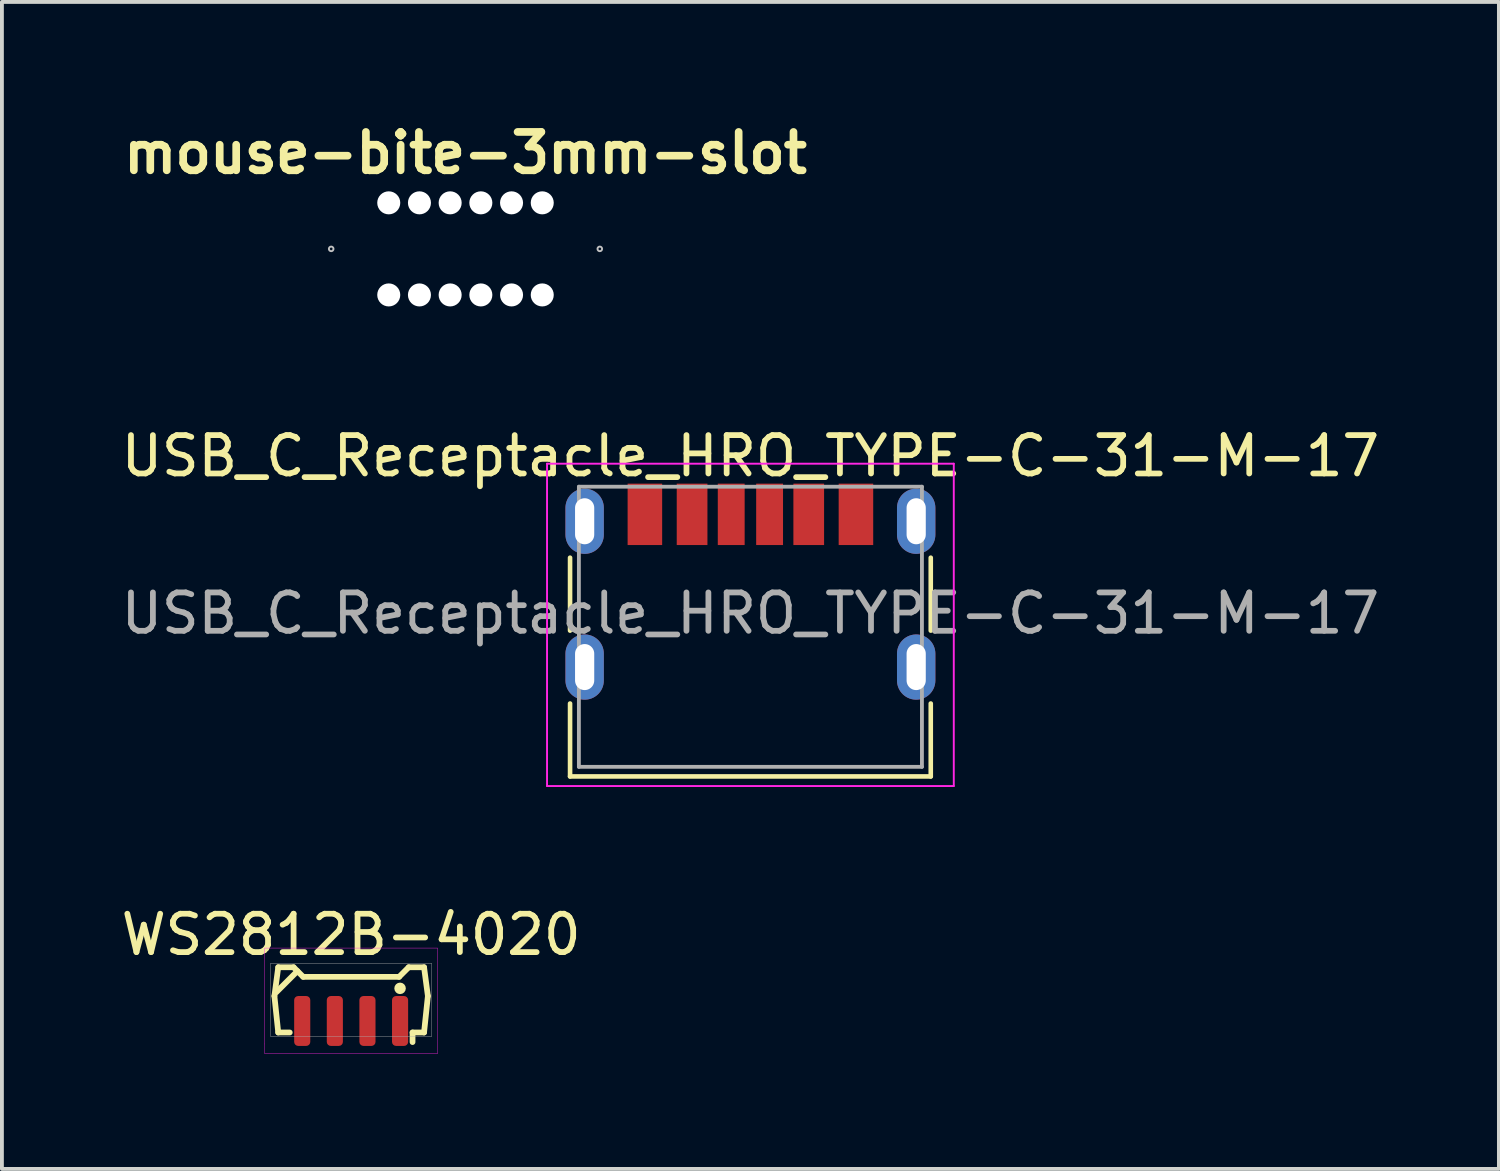
<source format=kicad_pcb>
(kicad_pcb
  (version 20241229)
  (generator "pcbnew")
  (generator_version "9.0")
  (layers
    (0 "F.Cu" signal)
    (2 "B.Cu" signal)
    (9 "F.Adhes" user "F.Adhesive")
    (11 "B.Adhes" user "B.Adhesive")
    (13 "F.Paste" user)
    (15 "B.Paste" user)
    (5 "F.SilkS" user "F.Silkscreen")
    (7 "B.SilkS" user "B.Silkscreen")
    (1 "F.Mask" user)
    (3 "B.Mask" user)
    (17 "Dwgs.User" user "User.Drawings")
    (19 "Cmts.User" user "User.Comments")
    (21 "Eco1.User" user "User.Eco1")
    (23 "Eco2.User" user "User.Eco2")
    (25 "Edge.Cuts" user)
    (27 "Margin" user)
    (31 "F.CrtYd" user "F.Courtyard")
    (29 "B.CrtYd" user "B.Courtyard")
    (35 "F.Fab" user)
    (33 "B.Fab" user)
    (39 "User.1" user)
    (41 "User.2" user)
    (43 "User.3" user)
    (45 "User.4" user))
  (footprint "WS2812B-4020"
    (layer "F.Cu")
    (at 6.101 22.907)
    (property "Reference" "WS2812B-4020" (at 0 -1.6 0) (layer "F.SilkS") (effects (font (size 1 1) (thickness 0.15))))
    (attr through_hole)
    (fp_line (start -2 0) (end -1.9 -0.75) (stroke (width 0.15) (type solid)) (layer "F.SilkS"))
    (fp_line (start -1.9 -0.75) (end -1.5 -0.75) (stroke (width 0.15) (type solid)) (layer "F.SilkS"))
    (fp_line (start -1.9 0.95) (end -2 0) (stroke (width 0.15) (type solid)) (layer "F.SilkS"))
    (fp_line (start -1.9 0.95) (end -1.6 0.95) (stroke (width 0.15) (type solid)) (layer "F.SilkS"))
    (fp_line (start -1.5 -0.75) (end -1.25 -0.5) (stroke (width 0.15) (type solid)) (layer "F.SilkS"))
    (fp_line (start -1.4 -0.65) (end -1.95 -0.1) (stroke (width 0.15) (type solid)) (layer "F.SilkS"))
    (fp_line (start -1.25 -0.5) (end 1.25 -0.5) (stroke (width 0.15) (type solid)) (layer "F.SilkS"))
    (fp_line (start 1.5 -0.75) (end 1.25 -0.5) (stroke (width 0.15) (type solid)) (layer "F.SilkS"))
    (fp_line (start 1.6 0.95) (end 1.6 1.2) (stroke (width 0.15) (type solid)) (layer "F.SilkS"))
    (fp_line (start 1.9 -0.75) (end 1.5 -0.75) (stroke (width 0.15) (type solid)) (layer "F.SilkS"))
    (fp_line (start 1.9 -0.75) (end 2 0) (stroke (width 0.15) (type solid)) (layer "F.SilkS"))
    (fp_line (start 1.9 0.95) (end 1.6 0.95) (stroke (width 0.15) (type solid)) (layer "F.SilkS"))
    (fp_line (start 1.9 0.95) (end 2 0) (stroke (width 0.15) (type solid)) (layer "F.SilkS"))
    (fp_circle (center 1.275 -0.2) (end 1.35 -0.2) (stroke (width 0.15) (type solid)) (fill no) (layer "F.SilkS"))
    (fp_line (start -2.25 -1.25) (end -2.25 1.25) (stroke (width 0.01) (type solid)) (layer "F.CrtYd"))
    (fp_line (start -2.25 1.25) (end -2.25 1.5) (stroke (width 0.01) (type solid)) (layer "F.CrtYd"))
    (fp_line (start -2.25 1.5) (end 2.25 1.5) (stroke (width 0.01) (type solid)) (layer "F.CrtYd"))
    (fp_line (start 2.25 -1.25) (end -2.25 -1.25) (stroke (width 0.01) (type solid)) (layer "F.CrtYd"))
    (fp_line (start 2.25 1.5) (end 2.25 -1.25) (stroke (width 0.01) (type solid)) (layer "F.CrtYd"))
    (fp_line (start -2.1 -0.85) (end -2.1 1.05) (stroke (width 0.01) (type solid)) (layer "F.Fab"))
    (fp_line (start -2.1 1.05) (end 2.1 1.05) (stroke (width 0.01) (type solid)) (layer "F.Fab"))
    (fp_line (start 2.1 -0.85) (end -2.1 -0.85) (stroke (width 0.01) (type solid)) (layer "F.Fab"))
    (fp_line (start 2.1 1.05) (end 2.1 -0.85) (stroke (width 0.01) (type solid)) (layer "F.Fab"))
    (pad "1" smd roundrect (at 1.275 0.65) (size 0.42 1.3) (layers "F.Cu" "F.Mask" "F.Paste") (roundrect_rratio 0.25))
    (pad "2" smd roundrect (at 0.425 0.65) (size 0.42 1.3) (layers "F.Cu" "F.Mask" "F.Paste") (roundrect_rratio 0.25))
    (pad "3" smd roundrect (at -0.425 0.65) (size 0.42 1.3) (layers "F.Cu" "F.Mask" "F.Paste") (roundrect_rratio 0.25))
    (pad "4" smd roundrect (at -1.275 0.65) (size 0.42 1.3) (layers "F.Cu" "F.Mask" "F.Paste") (roundrect_rratio 0.25)))
  (footprint "USB_C_Receptacle_HRO_TYPE-C-31-M-17"
    (layer "F.Cu")
    (at 16.506 16.934)
    (property "Reference" "USB_C_Receptacle_HRO_TYPE-C-31-M-17" (at 0 -8.1 0) (layer "F.SilkS") (effects (font (size 1 1) (thickness 0.15))))
    (attr smd)
    (fp_line (start -4.7 -5.45) (end -4.7 -3.55) (stroke (width 0.12) (type solid)) (layer "F.SilkS"))
    (fp_line (start -4.7 -1.65) (end -4.7 0.25) (stroke (width 0.12) (type solid)) (layer "F.SilkS"))
    (fp_line (start -4.7 0.25) (end 4.7 0.25) (stroke (width 0.12) (type solid)) (layer "F.SilkS"))
    (fp_line (start 4.7 -5.45) (end 4.7 -3.55) (stroke (width 0.12) (type solid)) (layer "F.SilkS"))
    (fp_line (start 4.7 -1.65) (end 4.7 0.25) (stroke (width 0.12) (type solid)) (layer "F.SilkS"))
    (fp_line (start -5.3 -7.9) (end -5.3 0.5) (stroke (width 0.05) (type solid)) (layer "F.CrtYd"))
    (fp_line (start -5.3 -7.9) (end 5.3 -7.9) (stroke (width 0.05) (type solid)) (layer "F.CrtYd"))
    (fp_line (start -5.3 0.5) (end 5.3 0.5) (stroke (width 0.05) (type solid)) (layer "F.CrtYd"))
    (fp_line (start 5.3 -7.9) (end 5.3 0.5) (stroke (width 0.05) (type solid)) (layer "F.CrtYd"))
    (fp_line (start -4.47 -7.3) (end -4.47 0) (stroke (width 0.1) (type solid)) (layer "F.Fab"))
    (fp_line (start -4.47 -7.3) (end 4.47 -7.3) (stroke (width 0.1) (type solid)) (layer "F.Fab"))
    (fp_line (start -4.47 0) (end 4.47 0) (stroke (width 0.1) (type solid)) (layer "F.Fab"))
    (fp_line (start 4.47 -7.3) (end 4.47 0) (stroke (width 0.1) (type solid)) (layer "F.Fab"))
    (fp_text user "${REFERENCE}" (at 0 -4 0) (layer "F.Fab") (effects (font (size 1 1) (thickness 0.15))))
    (pad "A5" smd rect (at -0.5 -6.58) (size 0.7 1.6) (layers "F.Cu" "F.Mask" "F.Paste"))
    (pad "A9" smd rect (at 1.52 -6.58) (size 0.8 1.6) (layers "F.Cu" "F.Mask" "F.Paste"))
    (pad "A12" smd rect (at 2.75 -6.58) (size 0.9 1.6) (layers "F.Cu" "F.Mask" "F.Paste"))
    (pad "B5" smd rect (at 0.5 -6.58) (size 0.7 1.6) (layers "F.Cu" "F.Mask" "F.Paste"))
    (pad "B9" smd rect (at -1.52 -6.58) (size 0.8 1.6) (layers "F.Cu" "F.Mask" "F.Paste"))
    (pad "B12" smd rect (at -2.75 -6.58) (size 0.9 1.6) (layers "F.Cu" "F.Mask" "F.Paste"))
    (pad "S1" thru_hole oval (at -4.32 -6.4) (size 1 1.7) (drill oval 0.5 1.2) (layers "*.Cu" "*.Mask"))
    (pad "S1" thru_hole oval (at -4.32 -2.6) (size 1 1.7) (drill oval 0.5 1.2) (layers "*.Cu" "*.Mask"))
    (pad "S1" thru_hole oval (at 4.32 -6.4) (size 1 1.7) (drill oval 0.5 1.2) (layers "*.Cu" "*.Mask"))
    (pad "S1" thru_hole oval (at 4.32 -2.6) (size 1 1.7) (drill oval 0.5 1.2) (layers "*.Cu" "*.Mask")))
  (footprint "mouse-bite-3mm-slot"
    (layer "F.Cu")
    (at 9.081 3.436)
    (property "Reference" "mouse-bite-3mm-slot" (at 0 -2.5 0) (layer "F.SilkS") (effects (font (size 1 1) (thickness 0.2))))
    (attr through_hole)
    (fp_circle (center -3.5 0) (end -3.5 -0.06) (stroke (width 0.05) (type solid)) (fill no) (layer "Dwgs.User"))
    (fp_circle (center 3.5 0) (end 3.56 0) (stroke (width 0.05) (type solid)) (fill no) (layer "Dwgs.User"))
    (fp_arc (start -3.5 -1.5) (mid -2 0) (end -3.5 1.5) (stroke (width 0.1) (type solid)) (layer "Eco1.User"))
    (fp_arc (start 3.5 1.5) (mid 2 0) (end 3.5 -1.5) (stroke (width 0.1) (type solid)) (layer "Eco1.User"))
    (pad "" np_thru_hole circle (at -2 -1.2) (size 0.6 0.6) (drill 0.6) (layers "*.Cu" "*.Mask"))
    (pad "" np_thru_hole circle (at -2 1.2) (size 0.6 0.6) (drill 0.6) (layers "*.Cu" "*.Mask"))
    (pad "" np_thru_hole circle (at -1.2 -1.2) (size 0.6 0.6) (drill 0.6) (layers "*.Cu" "*.Mask"))
    (pad "" np_thru_hole circle (at -1.2 1.2) (size 0.6 0.6) (drill 0.6) (layers "*.Cu" "*.Mask"))
    (pad "" np_thru_hole circle (at -0.4 -1.2) (size 0.6 0.6) (drill 0.6) (layers "*.Cu" "*.Mask"))
    (pad "" np_thru_hole circle (at -0.4 1.2) (size 0.6 0.6) (drill 0.6) (layers "*.Cu" "*.Mask"))
    (pad "" np_thru_hole circle (at 0.4 -1.2) (size 0.6 0.6) (drill 0.6) (layers "*.Cu" "*.Mask"))
    (pad "" np_thru_hole circle (at 0.4 1.2) (size 0.6 0.6) (drill 0.6) (layers "*.Cu" "*.Mask"))
    (pad "" np_thru_hole circle (at 1.2 -1.2) (size 0.6 0.6) (drill 0.6) (layers "*.Cu" "*.Mask"))
    (pad "" np_thru_hole circle (at 1.2 1.2) (size 0.6 0.6) (drill 0.6) (layers "*.Cu" "*.Mask"))
    (pad "" np_thru_hole circle (at 2 -1.2) (size 0.6 0.6) (drill 0.6) (layers "*.Cu" "*.Mask"))
    (pad "" np_thru_hole circle (at 2 1.2) (size 0.6 0.6) (drill 0.6) (layers "*.Cu" "*.Mask")))
  (gr_rect
    (start -3 -3)
    (end 36.012 27.413)
    (stroke (width 0.1) (type default))
    (fill no)
    (layer "Edge.Cuts")))
</source>
